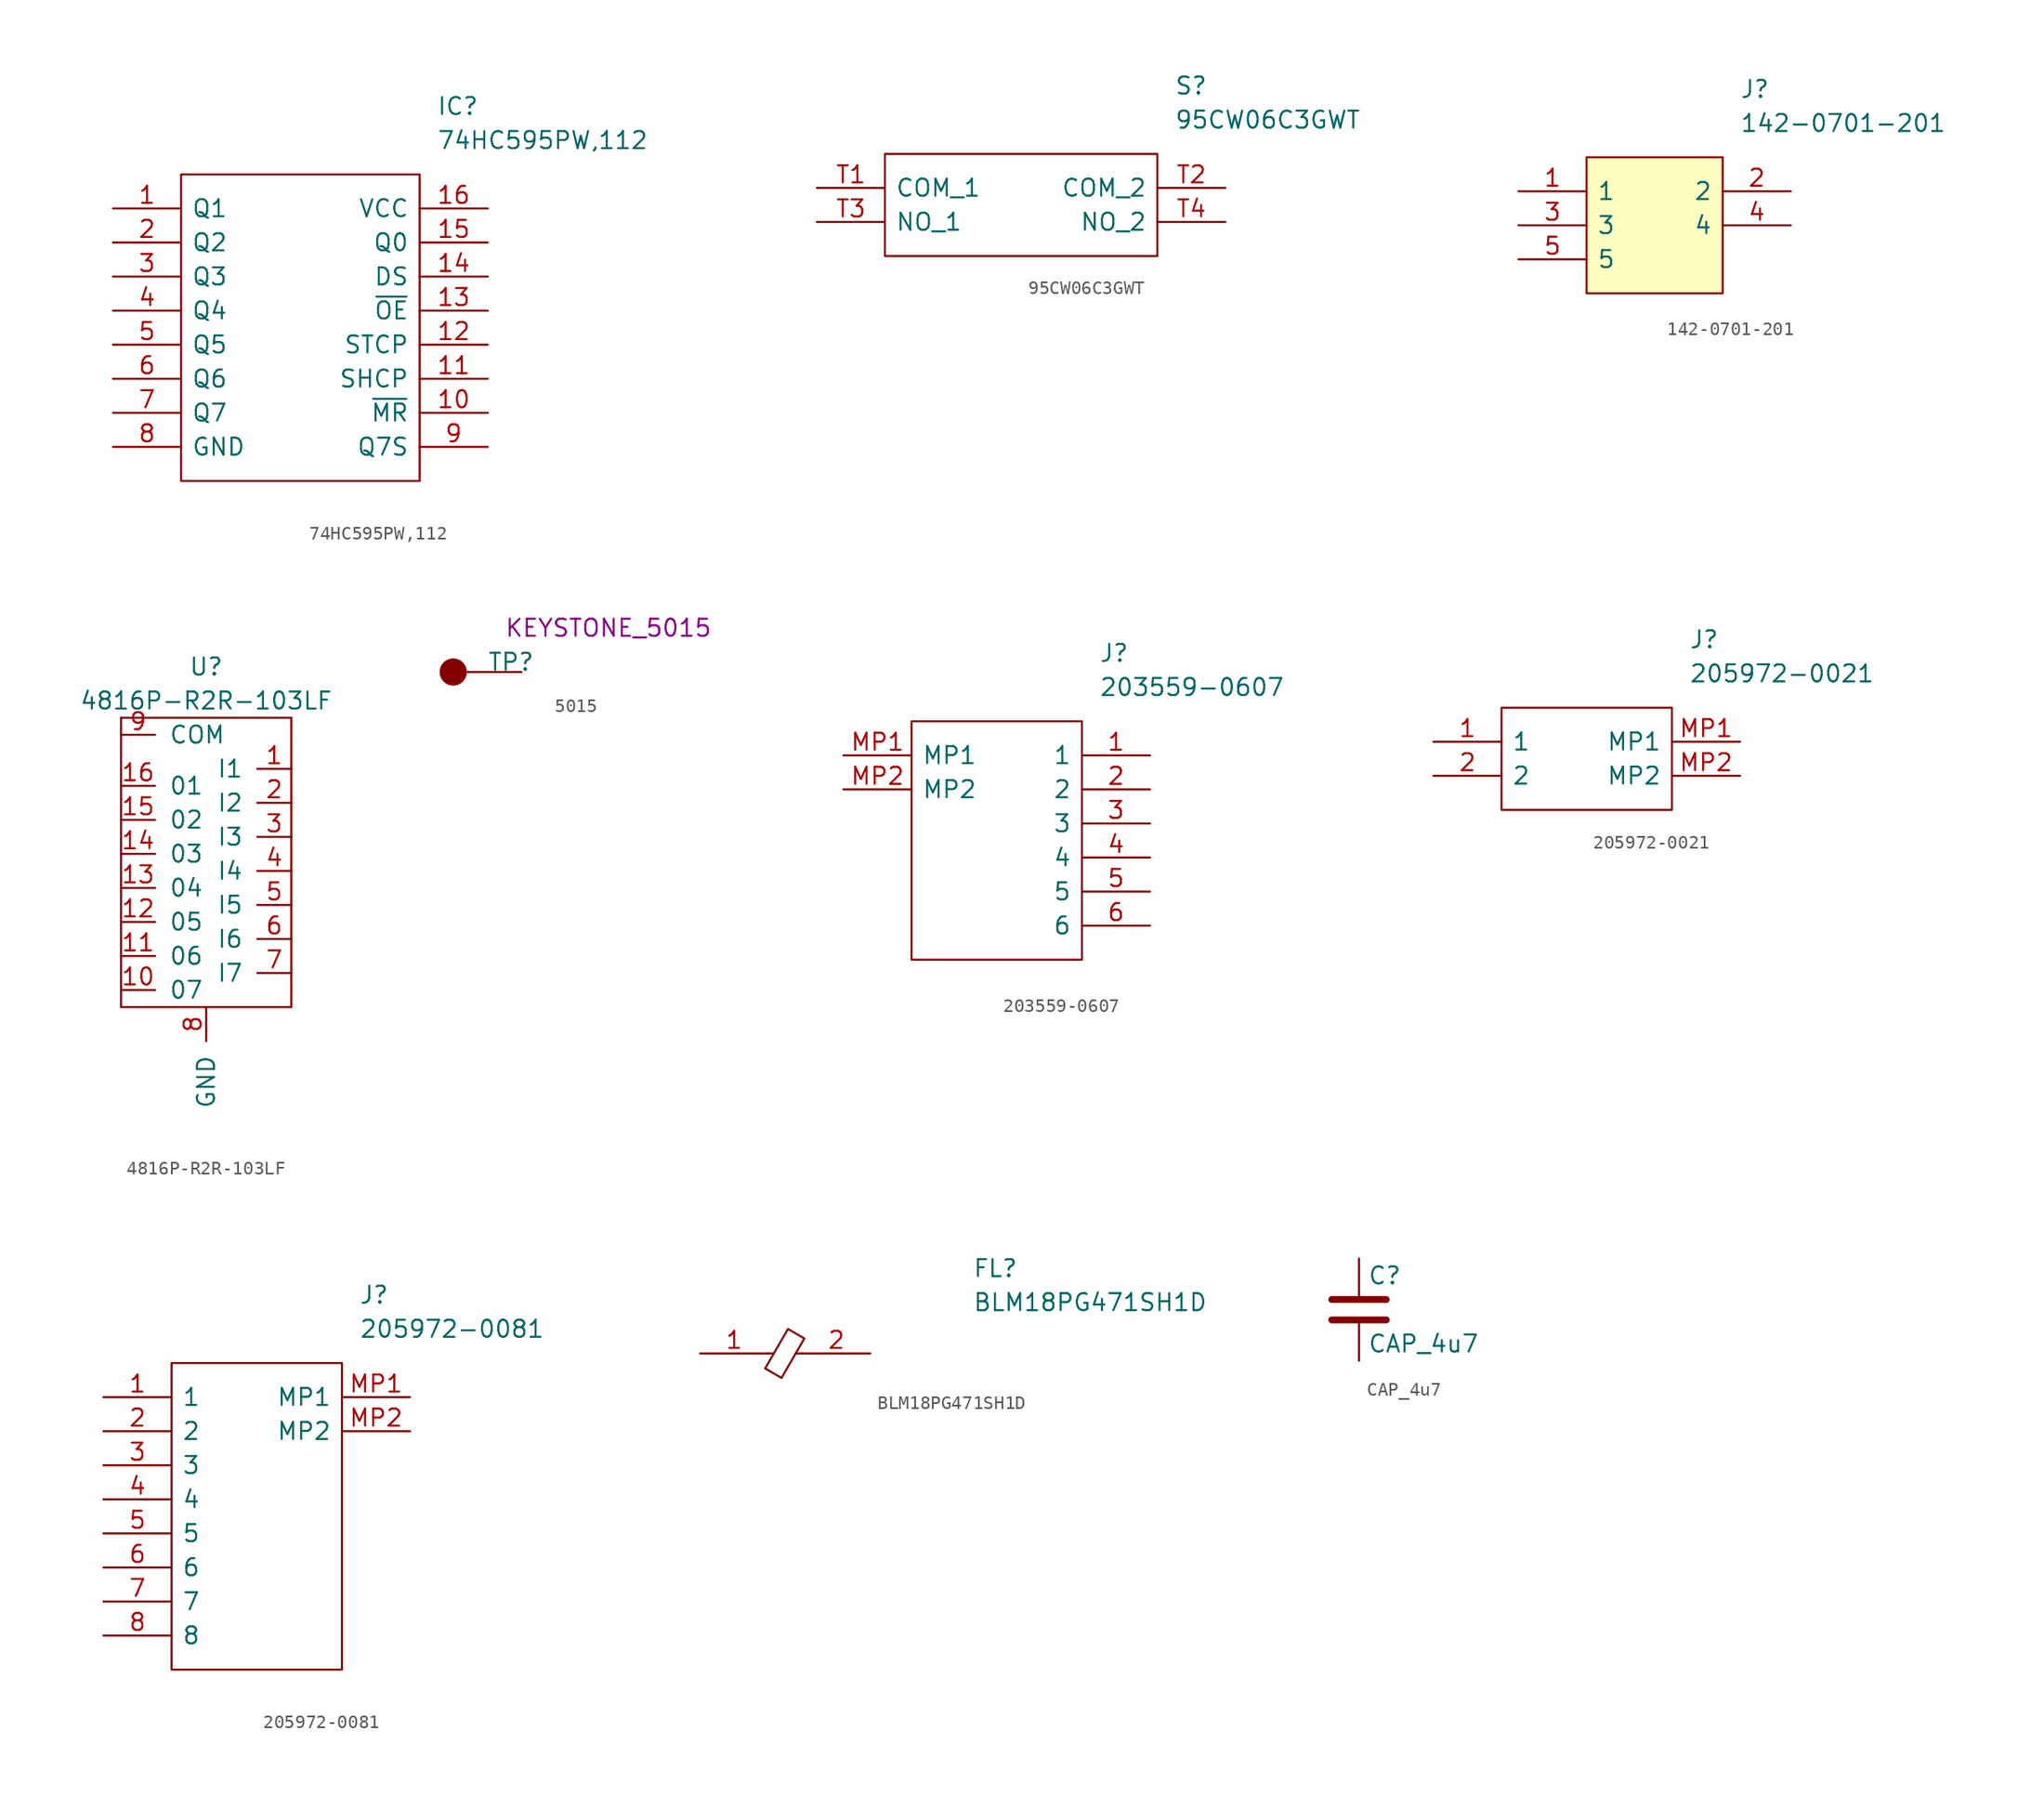
<source format=kicad_sym>
(kicad_symbol_lib
  (version 20211014)
  (generator kicad_symbol_editor)
  (symbol "74HC595PW,112"
    (pin_names
      (offset 0.762))
    (property "Reference" "IC"
      (at 24.13 7.62 0)
      (effects (font (size 1.27 1.27)) (justify left)))
    (property "Value" "74HC595PW,112"
      (at 24.13 5.08 0)
      (effects (font (size 1.27 1.27)) (justify left)))
    (symbol "74HC595PW,112_0_0"
      (pin passive line (at 0 0 0) (length 5.08) (name "Q1" (effects (font (size 1.27 1.27)))) (number "1" (effects (font (size 1.27 1.27)))))
      (pin passive line (at 27.94 -15.24 180) (length 5.08) (name "~{MR}" (effects (font (size 1.27 1.27)))) (number "10" (effects (font (size 1.27 1.27)))))
      (pin passive line (at 27.94 -12.7 180) (length 5.08) (name "SHCP" (effects (font (size 1.27 1.27)))) (number "11" (effects (font (size 1.27 1.27)))))
      (pin passive line (at 27.94 -10.16 180) (length 5.08) (name "STCP" (effects (font (size 1.27 1.27)))) (number "12" (effects (font (size 1.27 1.27)))))
      (pin passive line (at 27.94 -7.62 180) (length 5.08) (name "~{OE}" (effects (font (size 1.27 1.27)))) (number "13" (effects (font (size 1.27 1.27)))))
      (pin passive line (at 27.94 -5.08 180) (length 5.08) (name "DS" (effects (font (size 1.27 1.27)))) (number "14" (effects (font (size 1.27 1.27)))))
      (pin passive line (at 27.94 -2.54 180) (length 5.08) (name "Q0" (effects (font (size 1.27 1.27)))) (number "15" (effects (font (size 1.27 1.27)))))
      (pin passive line (at 27.94 0 180) (length 5.08) (name "VCC" (effects (font (size 1.27 1.27)))) (number "16" (effects (font (size 1.27 1.27)))))
      (pin passive line (at 0 -2.54 0) (length 5.08) (name "Q2" (effects (font (size 1.27 1.27)))) (number "2" (effects (font (size 1.27 1.27)))))
      (pin passive line (at 0 -5.08 0) (length 5.08) (name "Q3" (effects (font (size 1.27 1.27)))) (number "3" (effects (font (size 1.27 1.27)))))
      (pin passive line (at 0 -7.62 0) (length 5.08) (name "Q4" (effects (font (size 1.27 1.27)))) (number "4" (effects (font (size 1.27 1.27)))))
      (pin passive line (at 0 -10.16 0) (length 5.08) (name "Q5" (effects (font (size 1.27 1.27)))) (number "5" (effects (font (size 1.27 1.27)))))
      (pin passive line (at 0 -12.7 0) (length 5.08) (name "Q6" (effects (font (size 1.27 1.27)))) (number "6" (effects (font (size 1.27 1.27)))))
      (pin passive line (at 0 -15.24 0) (length 5.08) (name "Q7" (effects (font (size 1.27 1.27)))) (number "7" (effects (font (size 1.27 1.27)))))
      (pin passive line (at 0 -17.78 0) (length 5.08) (name "GND" (effects (font (size 1.27 1.27)))) (number "8" (effects (font (size 1.27 1.27)))))
      (pin passive line (at 27.94 -17.78 180) (length 5.08) (name "Q7S" (effects (font (size 1.27 1.27)))) (number "9" (effects (font (size 1.27 1.27))))))
    (symbol "74HC595PW,112_0_1"
      (polyline (pts (xy 5.08 2.54) (xy 22.86 2.54) (xy 22.86 -20.32) (xy 5.08 -20.32) (xy 5.08 2.54)) (stroke (width 0.152) (type default) (color 0 0 0 0)) (fill (type none)))))
  (symbol "95CW06C3GWT"
    (pin_names
      (offset 0.762))
    (property "Reference" "S"
      (at 26.67 7.62 0)
      (effects (font (size 1.27 1.27)) (justify left)))
    (property "Value" "95CW06C3GWT"
      (at 26.67 5.08 0)
      (effects (font (size 1.27 1.27)) (justify left)))
    (symbol "95CW06C3GWT_0_0"
      (pin passive line (at 0 0 0) (length 5.08) (name "COM_1" (effects (font (size 1.27 1.27)))) (number "T1" (effects (font (size 1.27 1.27)))))
      (pin passive line (at 30.48 0 180) (length 5.08) (name "COM_2" (effects (font (size 1.27 1.27)))) (number "T2" (effects (font (size 1.27 1.27)))))
      (pin passive line (at 0 -2.54 0) (length 5.08) (name "NO_1" (effects (font (size 1.27 1.27)))) (number "T3" (effects (font (size 1.27 1.27)))))
      (pin passive line (at 30.48 -2.54 180) (length 5.08) (name "NO_2" (effects (font (size 1.27 1.27)))) (number "T4" (effects (font (size 1.27 1.27))))))
    (symbol "95CW06C3GWT_0_1"
      (polyline (pts (xy 5.08 2.54) (xy 25.4 2.54) (xy 25.4 -5.08) (xy 5.08 -5.08) (xy 5.08 2.54)) (stroke (width 0.152) (type default) (color 0 0 0 0)) (fill (type none)))))
  (symbol "142-0701-201"
    (pin_names
      (offset 0.762))
    (property "Reference" "J"
      (at 16.51 7.62 0)
      (effects (font (size 1.27 1.27)) (justify left)))
    (property "Value" "142-0701-201"
      (at 16.51 5.08 0)
      (effects (font (size 1.27 1.27)) (justify left)))
    (symbol "142-0701-201_0_0"
      (pin bidirectional line (at 0 0 0) (length 5.08) (name "1" (effects (font (size 1.27 1.27)))) (number "1" (effects (font (size 1.27 1.27)))))
      (pin bidirectional line (at 20.32 0 180) (length 5.08) (name "2" (effects (font (size 1.27 1.27)))) (number "2" (effects (font (size 1.27 1.27)))))
      (pin bidirectional line (at 0 -2.54 0) (length 5.08) (name "3" (effects (font (size 1.27 1.27)))) (number "3" (effects (font (size 1.27 1.27)))))
      (pin bidirectional line (at 20.32 -2.54 180) (length 5.08) (name "4" (effects (font (size 1.27 1.27)))) (number "4" (effects (font (size 1.27 1.27)))))
      (pin bidirectional line (at 0 -5.08 0) (length 5.08) (name "5" (effects (font (size 1.27 1.27)))) (number "5" (effects (font (size 1.27 1.27))))))
    (symbol "142-0701-201_0_1"
      (polyline (pts (xy 5.08 2.54) (xy 15.24 2.54) (xy 15.24 -7.62) (xy 5.08 -7.62) (xy 5.08 2.54)) (stroke (width 0.152) (type default) (color 0 0 0 0)) (fill (type background)))))
  (symbol "4816P-R2R-103LF"
    (pin_names
      (offset 1.016))
    (property "Reference" "U"
      (at 0 13.97 0)
      (effects (font (size 1.27 1.27))))
    (property "Value" "4816P-R2R-103LF"
      (at 0 11.43 0)
      (effects (font (size 1.27 1.27))))
    (symbol "4816P-R2R-103LF_0_1"
      (rectangle (start -6.35 10.16) (end -6.35 -11.43) (stroke (width 0) (type default) (color 0 0 0 0)) (fill (type none)))
      (rectangle (start -6.35 10.16) (end 6.35 10.16) (stroke (width 0) (type default) (color 0 0 0 0)) (fill (type none)))
      (rectangle (start 6.35 -11.43) (end -6.35 -11.43) (stroke (width 0) (type default) (color 0 0 0 0)) (fill (type none)))
      (rectangle (start 6.35 10.16) (end 6.35 -11.43) (stroke (width 0) (type default) (color 0 0 0 0)) (fill (type none))))
    (symbol "4816P-R2R-103LF_1_1"
      (pin output line (at 6.35 6.35 180) (length 2.54) (name "I1" (effects (font (size 1.27 1.27)))) (number "1" (effects (font (size 1.27 1.27)))))
      (pin input line (at -6.35 -10.16 0) (length 2.54) (name "07" (effects (font (size 1.27 1.27)))) (number "10" (effects (font (size 1.27 1.27)))))
      (pin input line (at -6.35 -7.62 0) (length 2.54) (name "06" (effects (font (size 1.27 1.27)))) (number "11" (effects (font (size 1.27 1.27)))))
      (pin input line (at -6.35 -5.08 0) (length 2.54) (name "05" (effects (font (size 1.27 1.27)))) (number "12" (effects (font (size 1.27 1.27)))))
      (pin input line (at -6.35 -2.54 0) (length 2.54) (name "04" (effects (font (size 1.27 1.27)))) (number "13" (effects (font (size 1.27 1.27)))))
      (pin input line (at -6.35 0 0) (length 2.54) (name "03" (effects (font (size 1.27 1.27)))) (number "14" (effects (font (size 1.27 1.27)))))
      (pin input line (at -6.35 2.54 0) (length 2.54) (name "02" (effects (font (size 1.27 1.27)))) (number "15" (effects (font (size 1.27 1.27)))))
      (pin input line (at -6.35 5.08 0) (length 2.54) (name "01" (effects (font (size 1.27 1.27)))) (number "16" (effects (font (size 1.27 1.27)))))
      (pin output line (at 6.35 3.81 180) (length 2.54) (name "I2" (effects (font (size 1.27 1.27)))) (number "2" (effects (font (size 1.27 1.27)))))
      (pin output line (at 6.35 1.27 180) (length 2.54) (name "I3" (effects (font (size 1.27 1.27)))) (number "3" (effects (font (size 1.27 1.27)))))
      (pin output line (at 6.35 -1.27 180) (length 2.54) (name "I4" (effects (font (size 1.27 1.27)))) (number "4" (effects (font (size 1.27 1.27)))))
      (pin output line (at 6.35 -3.81 180) (length 2.54) (name "I5" (effects (font (size 1.27 1.27)))) (number "5" (effects (font (size 1.27 1.27)))))
      (pin output line (at 6.35 -6.35 180) (length 2.54) (name "I6" (effects (font (size 1.27 1.27)))) (number "6" (effects (font (size 1.27 1.27)))))
      (pin output line (at 6.35 -8.89 180) (length 2.54) (name "I7" (effects (font (size 1.27 1.27)))) (number "7" (effects (font (size 1.27 1.27)))))
      (pin input line (at 0 -11.43 270) (length 2.54) (name "GND" (effects (font (size 1.27 1.27)))) (number "8" (effects (font (size 1.27 1.27)))))
      (pin input line (at -6.35 8.89 0) (length 2.54) (name "COM" (effects (font (size 1.27 1.27)))) (number "9" (effects (font (size 1.27 1.27)))))))
  (symbol "5015"
    (pin_numbers hide)
    (pin_names
      (offset 1.016) hide)
    (property "Reference" "TP"
      (at 0 0 0)
      (effects (font (size 1.27 1.27)) (justify left bottom)))
    (property "Footprint" "KEYSTONE_5015"
      (at 1.27 2.54 0)
      (effects (font (size 1.27 1.27)) (justify left bottom)))
    (property "ki_locked" ""
      (at 0 0 0)
      (effects (font (size 1.27 1.27))))
    (symbol "5015_0_0"
      (circle (center -2.54 0) (radius 0.508) (stroke (width 1.016) (type default) (color 0 0 0 0)) (fill (type none)))
      (pin passive line (at 2.54 0 180) (length 5.08) (name "~" (effects (font (size 1.016 1.016)))) (number "1" (effects (font (size 1.016 1.016)))))))
  (symbol "203559-0607"
    (pin_names
      (offset 0.762))
    (property "Reference" "J"
      (at 19.05 7.62 0)
      (effects (font (size 1.27 1.27)) (justify left)))
    (property "Value" "203559-0607"
      (at 19.05 5.08 0)
      (effects (font (size 1.27 1.27)) (justify left)))
    (symbol "203559-0607_0_0"
      (pin passive line (at 22.86 0 180) (length 5.08) (name "1" (effects (font (size 1.27 1.27)))) (number "1" (effects (font (size 1.27 1.27)))))
      (pin passive line (at 22.86 -2.54 180) (length 5.08) (name "2" (effects (font (size 1.27 1.27)))) (number "2" (effects (font (size 1.27 1.27)))))
      (pin passive line (at 22.86 -5.08 180) (length 5.08) (name "3" (effects (font (size 1.27 1.27)))) (number "3" (effects (font (size 1.27 1.27)))))
      (pin passive line (at 22.86 -7.62 180) (length 5.08) (name "4" (effects (font (size 1.27 1.27)))) (number "4" (effects (font (size 1.27 1.27)))))
      (pin passive line (at 22.86 -10.16 180) (length 5.08) (name "5" (effects (font (size 1.27 1.27)))) (number "5" (effects (font (size 1.27 1.27)))))
      (pin passive line (at 22.86 -12.7 180) (length 5.08) (name "6" (effects (font (size 1.27 1.27)))) (number "6" (effects (font (size 1.27 1.27)))))
      (pin passive line (at 0 0 0) (length 5.08) (name "MP1" (effects (font (size 1.27 1.27)))) (number "MP1" (effects (font (size 1.27 1.27)))))
      (pin passive line (at 0 -2.54 0) (length 5.08) (name "MP2" (effects (font (size 1.27 1.27)))) (number "MP2" (effects (font (size 1.27 1.27))))))
    (symbol "203559-0607_0_1"
      (polyline (pts (xy 5.08 2.54) (xy 17.78 2.54) (xy 17.78 -15.24) (xy 5.08 -15.24) (xy 5.08 2.54)) (stroke (width 0.152) (type default) (color 0 0 0 0)) (fill (type none)))))
  (symbol "205972-0021"
    (pin_names
      (offset 0.762))
    (property "Reference" "J"
      (at 19.05 7.62 0)
      (effects (font (size 1.27 1.27)) (justify left)))
    (property "Value" "205972-0021"
      (at 19.05 5.08 0)
      (effects (font (size 1.27 1.27)) (justify left)))
    (symbol "205972-0021_0_0"
      (pin passive line (at 0 0 0) (length 5.08) (name "1" (effects (font (size 1.27 1.27)))) (number "1" (effects (font (size 1.27 1.27)))))
      (pin passive line (at 0 -2.54 0) (length 5.08) (name "2" (effects (font (size 1.27 1.27)))) (number "2" (effects (font (size 1.27 1.27)))))
      (pin passive line (at 22.86 0 180) (length 5.08) (name "MP1" (effects (font (size 1.27 1.27)))) (number "MP1" (effects (font (size 1.27 1.27)))))
      (pin passive line (at 22.86 -2.54 180) (length 5.08) (name "MP2" (effects (font (size 1.27 1.27)))) (number "MP2" (effects (font (size 1.27 1.27))))))
    (symbol "205972-0021_0_1"
      (polyline (pts (xy 5.08 2.54) (xy 17.78 2.54) (xy 17.78 -5.08) (xy 5.08 -5.08) (xy 5.08 2.54)) (stroke (width 0.152) (type default) (color 0 0 0 0)) (fill (type none)))))
  (symbol "205972-0081"
    (pin_names
      (offset 0.762))
    (property "Reference" "J"
      (at 19.05 7.62 0)
      (effects (font (size 1.27 1.27)) (justify left)))
    (property "Value" "205972-0081"
      (at 19.05 5.08 0)
      (effects (font (size 1.27 1.27)) (justify left)))
    (symbol "205972-0081_0_0"
      (pin passive line (at 0 0 0) (length 5.08) (name "1" (effects (font (size 1.27 1.27)))) (number "1" (effects (font (size 1.27 1.27)))))
      (pin passive line (at 0 -2.54 0) (length 5.08) (name "2" (effects (font (size 1.27 1.27)))) (number "2" (effects (font (size 1.27 1.27)))))
      (pin passive line (at 0 -5.08 0) (length 5.08) (name "3" (effects (font (size 1.27 1.27)))) (number "3" (effects (font (size 1.27 1.27)))))
      (pin passive line (at 0 -7.62 0) (length 5.08) (name "4" (effects (font (size 1.27 1.27)))) (number "4" (effects (font (size 1.27 1.27)))))
      (pin passive line (at 0 -10.16 0) (length 5.08) (name "5" (effects (font (size 1.27 1.27)))) (number "5" (effects (font (size 1.27 1.27)))))
      (pin passive line (at 0 -12.7 0) (length 5.08) (name "6" (effects (font (size 1.27 1.27)))) (number "6" (effects (font (size 1.27 1.27)))))
      (pin passive line (at 0 -15.24 0) (length 5.08) (name "7" (effects (font (size 1.27 1.27)))) (number "7" (effects (font (size 1.27 1.27)))))
      (pin passive line (at 0 -17.78 0) (length 5.08) (name "8" (effects (font (size 1.27 1.27)))) (number "8" (effects (font (size 1.27 1.27)))))
      (pin passive line (at 22.86 0 180) (length 5.08) (name "MP1" (effects (font (size 1.27 1.27)))) (number "MP1" (effects (font (size 1.27 1.27)))))
      (pin passive line (at 22.86 -2.54 180) (length 5.08) (name "MP2" (effects (font (size 1.27 1.27)))) (number "MP2" (effects (font (size 1.27 1.27))))))
    (symbol "205972-0081_0_1"
      (polyline (pts (xy 5.08 2.54) (xy 17.78 2.54) (xy 17.78 -20.32) (xy 5.08 -20.32) (xy 5.08 2.54)) (stroke (width 0.152) (type default) (color 0 0 0 0)) (fill (type none)))))
  (symbol "BLM18PG471SH1D"
    (pin_names
      (offset 0.762))
    (property "Reference" "FL"
      (at 20.32 6.35 0)
      (effects (font (size 1.27 1.27)) (justify left)))
    (property "Value" "BLM18PG471SH1D"
      (at 20.32 3.81 0)
      (effects (font (size 1.27 1.27)) (justify left)))
    (symbol "BLM18PG471SH1D_0_0"
      (pin passive line (at 0 0 0) (length 5.08) (name "~" (effects (font (size 1.27 1.27)))) (number "1" (effects (font (size 1.27 1.27)))))
      (pin passive line (at 12.7 0 180) (length 5.08) (name "~" (effects (font (size 1.27 1.27)))) (number "2" (effects (font (size 1.27 1.27))))))
    (symbol "BLM18PG471SH1D_1_1"
      (polyline (pts (xy 5.461 0) (xy 5.055 0)) (stroke (width 0) (type default) (color 0 0 0 0)) (fill (type none)))
      (polyline (pts (xy 7.62 0) (xy 7.137 0)) (stroke (width 0) (type default) (color 0 0 0 0)) (fill (type none)))
      (polyline (pts (xy 6.071 -1.829) (xy 4.851 -1.118) (xy 6.553 1.829) (xy 7.772 1.118) (xy 6.071 -1.829)) (stroke (width 0) (type default) (color 0 0 0 0)) (fill (type none)))))
  (symbol "CAP_4u7"
    (pin_numbers hide)
    (pin_names
      (offset 0.254))
    (property "Reference" "C"
      (at 0.635 2.54 0)
      (effects (font (size 1.27 1.27)) (justify left)))
    (property "Value" "CAP_4u7"
      (at 0.635 -2.54 0)
      (effects (font (size 1.27 1.27)) (justify left)))
    (symbol "CAP_4u7_0_1"
      (polyline (pts (xy -2.032 -0.762) (xy 2.032 -0.762)) (stroke (width 0.508) (type default) (color 0 0 0 0)) (fill (type none)))
      (polyline (pts (xy -2.032 0.762) (xy 2.032 0.762)) (stroke (width 0.508) (type default) (color 0 0 0 0)) (fill (type none))))
    (symbol "CAP_4u7_1_1"
      (pin passive line (at 0 3.81 270) (length 2.794) (name "~" (effects (font (size 1.27 1.27)))) (number "1" (effects (font (size 1.27 1.27)))))
      (pin passive line (at 0 -3.81 90) (length 2.794) (name "~" (effects (font (size 1.27 1.27)))) (number "2" (effects (font (size 1.27 1.27))))))))
</source>
